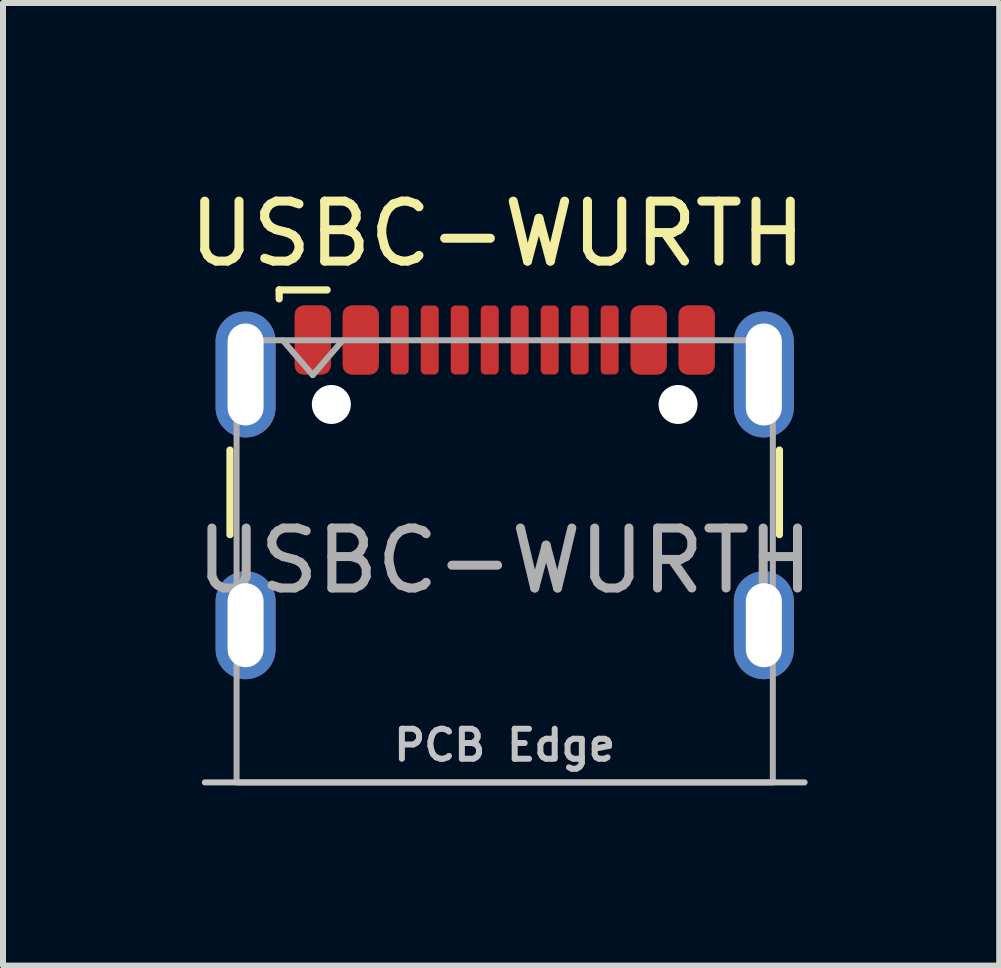
<source format=kicad_pcb>
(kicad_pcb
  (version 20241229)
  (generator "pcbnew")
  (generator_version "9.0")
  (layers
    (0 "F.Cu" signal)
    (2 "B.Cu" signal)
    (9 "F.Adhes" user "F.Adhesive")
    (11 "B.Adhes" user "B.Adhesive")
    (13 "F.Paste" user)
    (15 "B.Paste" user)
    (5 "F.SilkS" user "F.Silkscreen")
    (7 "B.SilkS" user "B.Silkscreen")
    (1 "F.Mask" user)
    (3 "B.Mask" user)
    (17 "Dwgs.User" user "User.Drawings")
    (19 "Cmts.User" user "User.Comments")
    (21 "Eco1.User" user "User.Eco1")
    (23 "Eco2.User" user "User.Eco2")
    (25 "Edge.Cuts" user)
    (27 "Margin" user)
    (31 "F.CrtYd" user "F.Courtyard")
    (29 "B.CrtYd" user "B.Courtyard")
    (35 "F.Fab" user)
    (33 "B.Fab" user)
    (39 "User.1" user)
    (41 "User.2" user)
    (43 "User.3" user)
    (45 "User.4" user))
  (footprint "USBC-WURTH"
    (layer "F.Cu")
    (at 5.364 6.298)
    (property "Reference" "USBC-WURTH" (at -0.12 -5.45 0) (unlocked yes) (layer "F.SilkS") (effects (font (size 1 1) (thickness 0.15))))
    (attr smd)
    (fp_line (start -4.58 -0.435) (end -4.58 -1.845) (stroke (width 0.12) (type default)) (layer "F.SilkS"))
    (fp_line (start -3.76 -4.515) (end -3.76 -4.365) (stroke (width 0.12) (type default)) (layer "F.SilkS"))
    (fp_line (start -2.96 -4.515) (end -3.76 -4.515) (stroke (width 0.12) (type default)) (layer "F.SilkS"))
    (fp_line (start 4.58 -0.435) (end 4.58 -1.845) (stroke (width 0.12) (type default)) (layer "F.SilkS"))
    (fp_line (start -5 3.695) (end 5 3.695) (stroke (width 0.1) (type default)) (layer "Dwgs.User"))
    (fp_rect (start -5.17 -4.57) (end 5.17 3.7) (stroke (width 0.1) (type default)) (fill no) (layer "Margin"))
    (fp_line (start -3.7 -3.675) (end -3.2 -3.095) (stroke (width 0.1) (type default)) (layer "F.Fab"))
    (fp_line (start -3.2 -3.095) (end -2.7 -3.675) (stroke (width 0.1) (type default)) (layer "F.Fab"))
    (fp_rect (start -4.47 -3.675) (end 4.47 3.695) (stroke (width 0.1) (type default)) (fill no) (layer "F.Fab"))
    (fp_text user "PCB Edge" (at 0 3.075 0) (unlocked yes) (layer "Dwgs.User") (effects (font (size 0.5 0.5) (thickness 0.1) (bold yes))))
    (fp_text user "${REFERENCE}" (at 0 0 0) (unlocked yes) (layer "F.Fab") (effects (font (size 1 1) (thickness 0.15))))
    (pad "" np_thru_hole circle (at -2.89 -2.605) (size 0.65 0.65) (drill 0.65) (layers "*.Cu" "*.Mask"))
    (pad "" np_thru_hole circle (at 2.89 -2.605) (size 0.65 0.65) (drill 0.65) (layers "*.Cu" "*.Mask"))
    (pad "A1" smd roundrect (at -3.2 -3.68) (size 0.6 1.15) (layers "F.Cu" "F.Mask" "F.Paste") (roundrect_rratio 0.25))
    (pad "A4" smd roundrect (at -2.4 -3.68) (size 0.6 1.15) (layers "F.Cu" "F.Mask" "F.Paste") (roundrect_rratio 0.25))
    (pad "A5" smd roundrect (at -1.25 -3.68) (size 0.3 1.15) (layers "F.Cu" "F.Mask" "F.Paste") (roundrect_rratio 0.25))
    (pad "A6" smd roundrect (at -0.25 -3.68) (size 0.3 1.15) (layers "F.Cu" "F.Mask" "F.Paste") (roundrect_rratio 0.25))
    (pad "A7" smd roundrect (at 0.25 -3.68) (size 0.3 1.15) (layers "F.Cu" "F.Mask" "F.Paste") (roundrect_rratio 0.25))
    (pad "A8" smd roundrect (at 1.25 -3.68) (size 0.3 1.15) (layers "F.Cu" "F.Mask" "F.Paste") (roundrect_rratio 0.25))
    (pad "A9" smd roundrect (at 2.4 -3.68) (size 0.6 1.15) (layers "F.Cu" "F.Mask" "F.Paste") (roundrect_rratio 0.25))
    (pad "A12" smd roundrect (at 3.2 -3.68) (size 0.6 1.15) (layers "F.Cu" "F.Mask" "F.Paste") (roundrect_rratio 0.25))
    (pad "B1" smd roundrect (at 3.2 -3.68) (size 0.6 1.15) (layers "F.Cu" "F.Mask" "F.Paste") (roundrect_rratio 0.25))
    (pad "B4" smd roundrect (at 2.4 -3.68) (size 0.6 1.15) (layers "F.Cu" "F.Mask" "F.Paste") (roundrect_rratio 0.25))
    (pad "B5" smd roundrect (at 1.75 -3.68) (size 0.3 1.15) (layers "F.Cu" "F.Mask" "F.Paste") (roundrect_rratio 0.25))
    (pad "B6" smd roundrect (at 0.75 -3.68) (size 0.3 1.15) (layers "F.Cu" "F.Mask" "F.Paste") (roundrect_rratio 0.25))
    (pad "B7" smd roundrect (at -0.75 -3.68) (size 0.3 1.15) (layers "F.Cu" "F.Mask" "F.Paste") (roundrect_rratio 0.25))
    (pad "B8" smd roundrect (at -1.75 -3.68) (size 0.3 1.15) (layers "F.Cu" "F.Mask" "F.Paste") (roundrect_rratio 0.25))
    (pad "B9" smd roundrect (at -2.4 -3.68) (size 0.6 1.15) (layers "F.Cu" "F.Mask" "F.Paste") (roundrect_rratio 0.25))
    (pad "B12" smd roundrect (at -3.2 -3.68) (size 0.6 1.15) (layers "F.Cu" "F.Mask" "F.Paste") (roundrect_rratio 0.25))
    (pad "S1" thru_hole oval (at -4.32 -3.105) (size 1 2.1) (drill oval 0.6 1.7) (layers "*.Cu" "*.Mask"))
    (pad "S1" thru_hole oval (at -4.32 1.075) (size 1 1.8) (drill oval 0.6 1.4) (layers "*.Cu" "*.Mask"))
    (pad "S1" thru_hole oval (at 4.32 -3.105) (size 1 2.1) (drill oval 0.6 1.7) (layers "*.Cu" "*.Mask"))
    (pad "S1" thru_hole oval (at 4.32 1.075) (size 1 1.8) (drill oval 0.6 1.4) (layers "*.Cu" "*.Mask")))
  (gr_rect
    (start -3 -3)
    (end 13.608 13.048)
    (stroke (width 0.1) (type default))
    (fill no)
    (layer "Edge.Cuts")))
</source>
